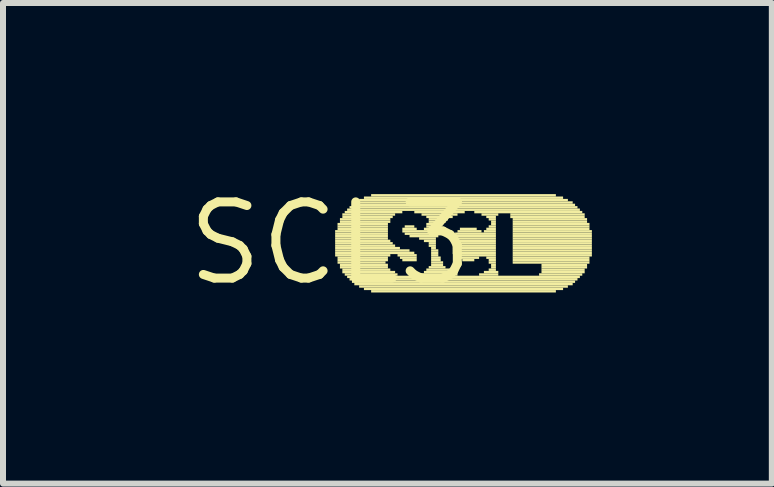
<source format=kicad_pcb>
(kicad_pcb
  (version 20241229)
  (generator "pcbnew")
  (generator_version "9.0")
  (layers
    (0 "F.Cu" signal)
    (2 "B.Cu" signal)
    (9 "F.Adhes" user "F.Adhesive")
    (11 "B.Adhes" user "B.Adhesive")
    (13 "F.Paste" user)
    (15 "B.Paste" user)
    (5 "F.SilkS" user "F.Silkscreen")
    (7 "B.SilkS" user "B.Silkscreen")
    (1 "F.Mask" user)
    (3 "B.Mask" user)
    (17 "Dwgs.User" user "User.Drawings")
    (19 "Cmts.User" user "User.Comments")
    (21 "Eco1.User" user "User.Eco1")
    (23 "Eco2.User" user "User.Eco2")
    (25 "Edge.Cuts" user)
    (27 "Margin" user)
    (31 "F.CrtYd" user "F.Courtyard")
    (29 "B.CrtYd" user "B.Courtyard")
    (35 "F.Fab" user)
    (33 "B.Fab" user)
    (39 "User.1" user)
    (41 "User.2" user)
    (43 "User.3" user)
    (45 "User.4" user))
  (footprint "SCL3"
    (layer "F.Cu")
    (at 2.457 1.006)
    (property "Reference" "SCL3" (at 0 0 0) (layer "F.SilkS") (effects (font (size 1.27 1.27) (thickness 0.15))))
    (fp_poly (pts (xy 0.08 -0.18) (xy 0.96 -0.18) (xy 0.96 -0.22) (xy 0.08 -0.22)) (stroke (width 0) (type default)) (fill yes) (layer "F.SilkS"))
    (fp_poly (pts (xy 0.08 -0.14) (xy 0.96 -0.14) (xy 0.96 -0.18) (xy 0.08 -0.18)) (stroke (width 0) (type default)) (fill yes) (layer "F.SilkS"))
    (fp_poly (pts (xy 0.08 -0.1) (xy 0.96 -0.1) (xy 0.96 -0.14) (xy 0.08 -0.14)) (stroke (width 0) (type default)) (fill yes) (layer "F.SilkS"))
    (fp_poly (pts (xy 0.08 -0.06) (xy 0.96 -0.06) (xy 0.96 -0.1) (xy 0.08 -0.1)) (stroke (width 0) (type default)) (fill yes) (layer "F.SilkS"))
    (fp_poly (pts (xy 0.08 -0.02) (xy 1 -0.02) (xy 1 -0.06) (xy 0.08 -0.06)) (stroke (width 0) (type default)) (fill yes) (layer "F.SilkS"))
    (fp_poly (pts (xy 0.08 0.02) (xy 1.04 0.02) (xy 1.04 -0.02) (xy 0.08 -0.02)) (stroke (width 0) (type default)) (fill yes) (layer "F.SilkS"))
    (fp_poly (pts (xy 0.08 0.06) (xy 1.08 0.06) (xy 1.08 0.02) (xy 0.08 0.02)) (stroke (width 0) (type default)) (fill yes) (layer "F.SilkS"))
    (fp_poly (pts (xy 0.08 0.1) (xy 1.16 0.1) (xy 1.16 0.06) (xy 0.08 0.06)) (stroke (width 0) (type default)) (fill yes) (layer "F.SilkS"))
    (fp_poly (pts (xy 0.08 0.14) (xy 1.32 0.14) (xy 1.32 0.1) (xy 0.08 0.1)) (stroke (width 0) (type default)) (fill yes) (layer "F.SilkS"))
    (fp_poly (pts (xy 0.08 0.18) (xy 1.4 0.18) (xy 1.4 0.14) (xy 0.08 0.14)) (stroke (width 0) (type default)) (fill yes) (layer "F.SilkS"))
    (fp_poly (pts (xy 0.08 0.22) (xy 1 0.22) (xy 1 0.18) (xy 0.08 0.18)) (stroke (width 0) (type default)) (fill yes) (layer "F.SilkS"))
    (fp_poly (pts (xy 0.12 -0.3) (xy 0.96 -0.3) (xy 0.96 -0.34) (xy 0.12 -0.34)) (stroke (width 0) (type default)) (fill yes) (layer "F.SilkS"))
    (fp_poly (pts (xy 0.12 -0.26) (xy 0.96 -0.26) (xy 0.96 -0.3) (xy 0.12 -0.3)) (stroke (width 0) (type default)) (fill yes) (layer "F.SilkS"))
    (fp_poly (pts (xy 0.12 -0.22) (xy 0.96 -0.22) (xy 0.96 -0.26) (xy 0.12 -0.26)) (stroke (width 0) (type default)) (fill yes) (layer "F.SilkS"))
    (fp_poly (pts (xy 0.12 0.26) (xy 0.96 0.26) (xy 0.96 0.22) (xy 0.12 0.22)) (stroke (width 0) (type default)) (fill yes) (layer "F.SilkS"))
    (fp_poly (pts (xy 0.12 0.3) (xy 0.96 0.3) (xy 0.96 0.26) (xy 0.12 0.26)) (stroke (width 0) (type default)) (fill yes) (layer "F.SilkS"))
    (fp_poly (pts (xy 0.12 0.34) (xy 0.92 0.34) (xy 0.92 0.3) (xy 0.12 0.3)) (stroke (width 0) (type default)) (fill yes) (layer "F.SilkS"))
    (fp_poly (pts (xy 0.16 -0.38) (xy 1 -0.38) (xy 1 -0.42) (xy 0.16 -0.42)) (stroke (width 0) (type default)) (fill yes) (layer "F.SilkS"))
    (fp_poly (pts (xy 0.16 -0.34) (xy 1 -0.34) (xy 1 -0.38) (xy 0.16 -0.38)) (stroke (width 0) (type default)) (fill yes) (layer "F.SilkS"))
    (fp_poly (pts (xy 0.16 0.38) (xy 0.96 0.38) (xy 0.96 0.34) (xy 0.16 0.34)) (stroke (width 0) (type default)) (fill yes) (layer "F.SilkS"))
    (fp_poly (pts (xy 0.16 0.42) (xy 0.96 0.42) (xy 0.96 0.38) (xy 0.16 0.38)) (stroke (width 0) (type default)) (fill yes) (layer "F.SilkS"))
    (fp_poly (pts (xy 0.2 -0.46) (xy 1.08 -0.46) (xy 1.08 -0.5) (xy 0.2 -0.5)) (stroke (width 0) (type default)) (fill yes) (layer "F.SilkS"))
    (fp_poly (pts (xy 0.2 -0.42) (xy 1.04 -0.42) (xy 1.04 -0.46) (xy 0.2 -0.46)) (stroke (width 0) (type default)) (fill yes) (layer "F.SilkS"))
    (fp_poly (pts (xy 0.2 0.46) (xy 1 0.46) (xy 1 0.42) (xy 0.2 0.42)) (stroke (width 0) (type default)) (fill yes) (layer "F.SilkS"))
    (fp_poly (pts (xy 0.2 0.5) (xy 1.08 0.5) (xy 1.08 0.46) (xy 0.2 0.46)) (stroke (width 0) (type default)) (fill yes) (layer "F.SilkS"))
    (fp_poly (pts (xy 0.24 -0.5) (xy 1.2 -0.5) (xy 1.2 -0.54) (xy 0.24 -0.54)) (stroke (width 0) (type default)) (fill yes) (layer "F.SilkS"))
    (fp_poly (pts (xy 0.24 0.54) (xy 1.12 0.54) (xy 1.12 0.5) (xy 0.24 0.5)) (stroke (width 0) (type default)) (fill yes) (layer "F.SilkS"))
    (fp_poly (pts (xy 0.28 -0.54) (xy 4.16 -0.54) (xy 4.16 -0.58) (xy 0.28 -0.58)) (stroke (width 0) (type default)) (fill yes) (layer "F.SilkS"))
    (fp_poly (pts (xy 0.28 0.58) (xy 4.16 0.58) (xy 4.16 0.54) (xy 0.28 0.54)) (stroke (width 0) (type default)) (fill yes) (layer "F.SilkS"))
    (fp_poly (pts (xy 0.32 -0.58) (xy 4.12 -0.58) (xy 4.12 -0.62) (xy 0.32 -0.62)) (stroke (width 0) (type default)) (fill yes) (layer "F.SilkS"))
    (fp_poly (pts (xy 0.32 0.62) (xy 4.12 0.62) (xy 4.12 0.58) (xy 0.32 0.58)) (stroke (width 0) (type default)) (fill yes) (layer "F.SilkS"))
    (fp_poly (pts (xy 0.36 -0.62) (xy 4.08 -0.62) (xy 4.08 -0.66) (xy 0.36 -0.66)) (stroke (width 0) (type default)) (fill yes) (layer "F.SilkS"))
    (fp_poly (pts (xy 0.36 0.66) (xy 4.08 0.66) (xy 4.08 0.62) (xy 0.36 0.62)) (stroke (width 0) (type default)) (fill yes) (layer "F.SilkS"))
    (fp_poly (pts (xy 0.4 -0.66) (xy 4.04 -0.66) (xy 4.04 -0.7) (xy 0.4 -0.7)) (stroke (width 0) (type default)) (fill yes) (layer "F.SilkS"))
    (fp_poly (pts (xy 0.4 0.7) (xy 4.04 0.7) (xy 4.04 0.66) (xy 0.4 0.66)) (stroke (width 0) (type default)) (fill yes) (layer "F.SilkS"))
    (fp_poly (pts (xy 0.48 -0.7) (xy 3.96 -0.7) (xy 3.96 -0.74) (xy 0.48 -0.74)) (stroke (width 0) (type default)) (fill yes) (layer "F.SilkS"))
    (fp_poly (pts (xy 0.48 0.74) (xy 3.96 0.74) (xy 3.96 0.7) (xy 0.48 0.7)) (stroke (width 0) (type default)) (fill yes) (layer "F.SilkS"))
    (fp_poly (pts (xy 0.56 -0.74) (xy 3.88 -0.74) (xy 3.88 -0.78) (xy 0.56 -0.78)) (stroke (width 0) (type default)) (fill yes) (layer "F.SilkS"))
    (fp_poly (pts (xy 0.56 0.78) (xy 3.88 0.78) (xy 3.88 0.74) (xy 0.56 0.74)) (stroke (width 0) (type default)) (fill yes) (layer "F.SilkS"))
    (fp_poly (pts (xy 0.68 -0.78) (xy 3.76 -0.78) (xy 3.76 -0.82) (xy 0.68 -0.82)) (stroke (width 0) (type default)) (fill yes) (layer "F.SilkS"))
    (fp_poly (pts (xy 0.68 0.82) (xy 3.76 0.82) (xy 3.76 0.78) (xy 0.68 0.78)) (stroke (width 0) (type default)) (fill yes) (layer "F.SilkS"))
    (fp_poly (pts (xy 1.12 0.22) (xy 1.44 0.22) (xy 1.44 0.18) (xy 1.12 0.18)) (stroke (width 0) (type default)) (fill yes) (layer "F.SilkS"))
    (fp_poly (pts (xy 1.16 0.26) (xy 1.44 0.26) (xy 1.44 0.22) (xy 1.16 0.22)) (stroke (width 0) (type default)) (fill yes) (layer "F.SilkS"))
    (fp_poly (pts (xy 1.2 -0.22) (xy 1.44 -0.22) (xy 1.44 -0.26) (xy 1.2 -0.26)) (stroke (width 0) (type default)) (fill yes) (layer "F.SilkS"))
    (fp_poly (pts (xy 1.2 -0.18) (xy 1.8 -0.18) (xy 1.8 -0.22) (xy 1.2 -0.22)) (stroke (width 0) (type default)) (fill yes) (layer "F.SilkS"))
    (fp_poly (pts (xy 1.2 0.3) (xy 1.44 0.3) (xy 1.44 0.26) (xy 1.2 0.26)) (stroke (width 0) (type default)) (fill yes) (layer "F.SilkS"))
    (fp_poly (pts (xy 1.24 -0.26) (xy 1.4 -0.26) (xy 1.4 -0.3) (xy 1.24 -0.3)) (stroke (width 0) (type default)) (fill yes) (layer "F.SilkS"))
    (fp_poly (pts (xy 1.24 -0.14) (xy 1.8 -0.14) (xy 1.8 -0.18) (xy 1.24 -0.18)) (stroke (width 0) (type default)) (fill yes) (layer "F.SilkS"))
    (fp_poly (pts (xy 1.32 -0.1) (xy 1.8 -0.1) (xy 1.8 -0.14) (xy 1.32 -0.14)) (stroke (width 0) (type default)) (fill yes) (layer "F.SilkS"))
    (fp_poly (pts (xy 1.4 -0.5) (xy 2.24 -0.5) (xy 2.24 -0.54) (xy 1.4 -0.54)) (stroke (width 0) (type default)) (fill yes) (layer "F.SilkS"))
    (fp_poly (pts (xy 1.48 -0.06) (xy 1.76 -0.06) (xy 1.76 -0.1) (xy 1.48 -0.1)) (stroke (width 0) (type default)) (fill yes) (layer "F.SilkS"))
    (fp_poly (pts (xy 1.48 0.54) (xy 2.12 0.54) (xy 2.12 0.5) (xy 1.48 0.5)) (stroke (width 0) (type default)) (fill yes) (layer "F.SilkS"))
    (fp_poly (pts (xy 1.52 -0.46) (xy 2.12 -0.46) (xy 2.12 -0.5) (xy 1.52 -0.5)) (stroke (width 0) (type default)) (fill yes) (layer "F.SilkS"))
    (fp_poly (pts (xy 1.56 -0.22) (xy 1.84 -0.22) (xy 1.84 -0.26) (xy 1.56 -0.26)) (stroke (width 0) (type default)) (fill yes) (layer "F.SilkS"))
    (fp_poly (pts (xy 1.56 -0.02) (xy 1.76 -0.02) (xy 1.76 -0.06) (xy 1.56 -0.06)) (stroke (width 0) (type default)) (fill yes) (layer "F.SilkS"))
    (fp_poly (pts (xy 1.56 0.5) (xy 2.04 0.5) (xy 2.04 0.46) (xy 1.56 0.46)) (stroke (width 0) (type default)) (fill yes) (layer "F.SilkS"))
    (fp_poly (pts (xy 1.6 -0.42) (xy 2.04 -0.42) (xy 2.04 -0.46) (xy 1.6 -0.46)) (stroke (width 0) (type default)) (fill yes) (layer "F.SilkS"))
    (fp_poly (pts (xy 1.6 -0.3) (xy 1.88 -0.3) (xy 1.88 -0.34) (xy 1.6 -0.34)) (stroke (width 0) (type default)) (fill yes) (layer "F.SilkS"))
    (fp_poly (pts (xy 1.6 -0.26) (xy 1.84 -0.26) (xy 1.84 -0.3) (xy 1.6 -0.3)) (stroke (width 0) (type default)) (fill yes) (layer "F.SilkS"))
    (fp_poly (pts (xy 1.6 0.46) (xy 2 0.46) (xy 2 0.42) (xy 1.6 0.42)) (stroke (width 0) (type default)) (fill yes) (layer "F.SilkS"))
    (fp_poly (pts (xy 1.64 -0.38) (xy 1.96 -0.38) (xy 1.96 -0.42) (xy 1.64 -0.42)) (stroke (width 0) (type default)) (fill yes) (layer "F.SilkS"))
    (fp_poly (pts (xy 1.64 -0.34) (xy 1.92 -0.34) (xy 1.92 -0.38) (xy 1.64 -0.38)) (stroke (width 0) (type default)) (fill yes) (layer "F.SilkS"))
    (fp_poly (pts (xy 1.64 0.02) (xy 1.76 0.02) (xy 1.76 -0.02) (xy 1.64 -0.02)) (stroke (width 0) (type default)) (fill yes) (layer "F.SilkS"))
    (fp_poly (pts (xy 1.64 0.06) (xy 1.76 0.06) (xy 1.76 0.02) (xy 1.64 0.02)) (stroke (width 0) (type default)) (fill yes) (layer "F.SilkS"))
    (fp_poly (pts (xy 1.64 0.42) (xy 1.92 0.42) (xy 1.92 0.38) (xy 1.64 0.38)) (stroke (width 0) (type default)) (fill yes) (layer "F.SilkS"))
    (fp_poly (pts (xy 1.68 0.1) (xy 1.76 0.1) (xy 1.76 0.06) (xy 1.68 0.06)) (stroke (width 0) (type default)) (fill yes) (layer "F.SilkS"))
    (fp_poly (pts (xy 1.68 0.14) (xy 1.8 0.14) (xy 1.8 0.1) (xy 1.68 0.1)) (stroke (width 0) (type default)) (fill yes) (layer "F.SilkS"))
    (fp_poly (pts (xy 1.68 0.18) (xy 1.8 0.18) (xy 1.8 0.14) (xy 1.68 0.14)) (stroke (width 0) (type default)) (fill yes) (layer "F.SilkS"))
    (fp_poly (pts (xy 1.68 0.22) (xy 1.8 0.22) (xy 1.8 0.18) (xy 1.68 0.18)) (stroke (width 0) (type default)) (fill yes) (layer "F.SilkS"))
    (fp_poly (pts (xy 1.68 0.26) (xy 1.84 0.26) (xy 1.84 0.22) (xy 1.68 0.22)) (stroke (width 0) (type default)) (fill yes) (layer "F.SilkS"))
    (fp_poly (pts (xy 1.68 0.3) (xy 1.84 0.3) (xy 1.84 0.26) (xy 1.68 0.26)) (stroke (width 0) (type default)) (fill yes) (layer "F.SilkS"))
    (fp_poly (pts (xy 1.68 0.34) (xy 1.88 0.34) (xy 1.88 0.3) (xy 1.68 0.3)) (stroke (width 0) (type default)) (fill yes) (layer "F.SilkS"))
    (fp_poly (pts (xy 1.68 0.38) (xy 1.88 0.38) (xy 1.88 0.34) (xy 1.68 0.34)) (stroke (width 0) (type default)) (fill yes) (layer "F.SilkS"))
    (fp_poly (pts (xy 2.04 -0.1) (xy 2.76 -0.1) (xy 2.76 -0.14) (xy 2.04 -0.14)) (stroke (width 0) (type default)) (fill yes) (layer "F.SilkS"))
    (fp_poly (pts (xy 2.04 -0.06) (xy 2.76 -0.06) (xy 2.76 -0.1) (xy 2.04 -0.1)) (stroke (width 0) (type default)) (fill yes) (layer "F.SilkS"))
    (fp_poly (pts (xy 2.04 -0.02) (xy 2.76 -0.02) (xy 2.76 -0.06) (xy 2.04 -0.06)) (stroke (width 0) (type default)) (fill yes) (layer "F.SilkS"))
    (fp_poly (pts (xy 2.04 0.02) (xy 2.76 0.02) (xy 2.76 -0.02) (xy 2.04 -0.02)) (stroke (width 0) (type default)) (fill yes) (layer "F.SilkS"))
    (fp_poly (pts (xy 2.04 0.06) (xy 2.76 0.06) (xy 2.76 0.02) (xy 2.04 0.02)) (stroke (width 0) (type default)) (fill yes) (layer "F.SilkS"))
    (fp_poly (pts (xy 2.04 0.1) (xy 2.76 0.1) (xy 2.76 0.06) (xy 2.04 0.06)) (stroke (width 0) (type default)) (fill yes) (layer "F.SilkS"))
    (fp_poly (pts (xy 2.04 0.14) (xy 2.76 0.14) (xy 2.76 0.1) (xy 2.04 0.1)) (stroke (width 0) (type default)) (fill yes) (layer "F.SilkS"))
    (fp_poly (pts (xy 2.04 0.18) (xy 2.76 0.18) (xy 2.76 0.14) (xy 2.04 0.14)) (stroke (width 0) (type default)) (fill yes) (layer "F.SilkS"))
    (fp_poly (pts (xy 2.08 -0.14) (xy 2.76 -0.14) (xy 2.76 -0.18) (xy 2.08 -0.18)) (stroke (width 0) (type default)) (fill yes) (layer "F.SilkS"))
    (fp_poly (pts (xy 2.08 0.22) (xy 2.76 0.22) (xy 2.76 0.18) (xy 2.08 0.18)) (stroke (width 0) (type default)) (fill yes) (layer "F.SilkS"))
    (fp_poly (pts (xy 2.12 -0.18) (xy 2.52 -0.18) (xy 2.52 -0.22) (xy 2.12 -0.22)) (stroke (width 0) (type default)) (fill yes) (layer "F.SilkS"))
    (fp_poly (pts (xy 2.12 0.26) (xy 2.48 0.26) (xy 2.48 0.22) (xy 2.12 0.22)) (stroke (width 0) (type default)) (fill yes) (layer "F.SilkS"))
    (fp_poly (pts (xy 2.16 -0.22) (xy 2.44 -0.22) (xy 2.44 -0.26) (xy 2.16 -0.26)) (stroke (width 0) (type default)) (fill yes) (layer "F.SilkS"))
    (fp_poly (pts (xy 2.2 0.3) (xy 2.4 0.3) (xy 2.4 0.26) (xy 2.2 0.26)) (stroke (width 0) (type default)) (fill yes) (layer "F.SilkS"))
    (fp_poly (pts (xy 2.4 -0.5) (xy 4.2 -0.5) (xy 4.2 -0.54) (xy 2.4 -0.54)) (stroke (width 0) (type default)) (fill yes) (layer "F.SilkS"))
    (fp_poly (pts (xy 2.48 0.54) (xy 2.8 0.54) (xy 2.8 0.5) (xy 2.48 0.5)) (stroke (width 0) (type default)) (fill yes) (layer "F.SilkS"))
    (fp_poly (pts (xy 2.52 -0.46) (xy 2.8 -0.46) (xy 2.8 -0.5) (xy 2.52 -0.5)) (stroke (width 0) (type default)) (fill yes) (layer "F.SilkS"))
    (fp_poly (pts (xy 2.56 -0.18) (xy 2.76 -0.18) (xy 2.76 -0.22) (xy 2.56 -0.22)) (stroke (width 0) (type default)) (fill yes) (layer "F.SilkS"))
    (fp_poly (pts (xy 2.56 0.5) (xy 2.8 0.5) (xy 2.8 0.46) (xy 2.56 0.46)) (stroke (width 0) (type default)) (fill yes) (layer "F.SilkS"))
    (fp_poly (pts (xy 2.6 -0.42) (xy 2.76 -0.42) (xy 2.76 -0.46) (xy 2.6 -0.46)) (stroke (width 0) (type default)) (fill yes) (layer "F.SilkS"))
    (fp_poly (pts (xy 2.6 -0.22) (xy 2.76 -0.22) (xy 2.76 -0.26) (xy 2.6 -0.26)) (stroke (width 0) (type default)) (fill yes) (layer "F.SilkS"))
    (fp_poly (pts (xy 2.6 0.26) (xy 2.76 0.26) (xy 2.76 0.22) (xy 2.6 0.22)) (stroke (width 0) (type default)) (fill yes) (layer "F.SilkS"))
    (fp_poly (pts (xy 2.64 -0.38) (xy 2.76 -0.38) (xy 2.76 -0.42) (xy 2.64 -0.42)) (stroke (width 0) (type default)) (fill yes) (layer "F.SilkS"))
    (fp_poly (pts (xy 2.64 -0.26) (xy 2.76 -0.26) (xy 2.76 -0.3) (xy 2.64 -0.3)) (stroke (width 0) (type default)) (fill yes) (layer "F.SilkS"))
    (fp_poly (pts (xy 2.64 0.3) (xy 2.76 0.3) (xy 2.76 0.26) (xy 2.64 0.26)) (stroke (width 0) (type default)) (fill yes) (layer "F.SilkS"))
    (fp_poly (pts (xy 2.64 0.34) (xy 2.76 0.34) (xy 2.76 0.3) (xy 2.64 0.3)) (stroke (width 0) (type default)) (fill yes) (layer "F.SilkS"))
    (fp_poly (pts (xy 2.64 0.46) (xy 2.76 0.46) (xy 2.76 0.42) (xy 2.64 0.42)) (stroke (width 0) (type default)) (fill yes) (layer "F.SilkS"))
    (fp_poly (pts (xy 2.68 -0.34) (xy 2.76 -0.34) (xy 2.76 -0.38) (xy 2.68 -0.38)) (stroke (width 0) (type default)) (fill yes) (layer "F.SilkS"))
    (fp_poly (pts (xy 2.68 -0.3) (xy 2.76 -0.3) (xy 2.76 -0.34) (xy 2.68 -0.34)) (stroke (width 0) (type default)) (fill yes) (layer "F.SilkS"))
    (fp_poly (pts (xy 2.68 0.38) (xy 2.76 0.38) (xy 2.76 0.34) (xy 2.68 0.34)) (stroke (width 0) (type default)) (fill yes) (layer "F.SilkS"))
    (fp_poly (pts (xy 2.68 0.42) (xy 2.76 0.42) (xy 2.76 0.38) (xy 2.68 0.38)) (stroke (width 0) (type default)) (fill yes) (layer "F.SilkS"))
    (fp_poly (pts (xy 3 -0.46) (xy 4.24 -0.46) (xy 4.24 -0.5) (xy 3 -0.5)) (stroke (width 0) (type default)) (fill yes) (layer "F.SilkS"))
    (fp_poly (pts (xy 3 -0.42) (xy 4.24 -0.42) (xy 4.24 -0.46) (xy 3 -0.46)) (stroke (width 0) (type default)) (fill yes) (layer "F.SilkS"))
    (fp_poly (pts (xy 3.04 -0.38) (xy 4.28 -0.38) (xy 4.28 -0.42) (xy 3.04 -0.42)) (stroke (width 0) (type default)) (fill yes) (layer "F.SilkS"))
    (fp_poly (pts (xy 3.04 -0.34) (xy 4.28 -0.34) (xy 4.28 -0.38) (xy 3.04 -0.38)) (stroke (width 0) (type default)) (fill yes) (layer "F.SilkS"))
    (fp_poly (pts (xy 3.04 -0.3) (xy 4.32 -0.3) (xy 4.32 -0.34) (xy 3.04 -0.34)) (stroke (width 0) (type default)) (fill yes) (layer "F.SilkS"))
    (fp_poly (pts (xy 3.04 -0.26) (xy 4.32 -0.26) (xy 4.32 -0.3) (xy 3.04 -0.3)) (stroke (width 0) (type default)) (fill yes) (layer "F.SilkS"))
    (fp_poly (pts (xy 3.04 -0.22) (xy 4.32 -0.22) (xy 4.32 -0.26) (xy 3.04 -0.26)) (stroke (width 0) (type default)) (fill yes) (layer "F.SilkS"))
    (fp_poly (pts (xy 3.04 -0.18) (xy 4.36 -0.18) (xy 4.36 -0.22) (xy 3.04 -0.22)) (stroke (width 0) (type default)) (fill yes) (layer "F.SilkS"))
    (fp_poly (pts (xy 3.04 -0.14) (xy 4.36 -0.14) (xy 4.36 -0.18) (xy 3.04 -0.18)) (stroke (width 0) (type default)) (fill yes) (layer "F.SilkS"))
    (fp_poly (pts (xy 3.04 -0.1) (xy 4.36 -0.1) (xy 4.36 -0.14) (xy 3.04 -0.14)) (stroke (width 0) (type default)) (fill yes) (layer "F.SilkS"))
    (fp_poly (pts (xy 3.04 -0.06) (xy 4.36 -0.06) (xy 4.36 -0.1) (xy 3.04 -0.1)) (stroke (width 0) (type default)) (fill yes) (layer "F.SilkS"))
    (fp_poly (pts (xy 3.04 -0.02) (xy 4.36 -0.02) (xy 4.36 -0.06) (xy 3.04 -0.06)) (stroke (width 0) (type default)) (fill yes) (layer "F.SilkS"))
    (fp_poly (pts (xy 3.04 0.02) (xy 4.36 0.02) (xy 4.36 -0.02) (xy 3.04 -0.02)) (stroke (width 0) (type default)) (fill yes) (layer "F.SilkS"))
    (fp_poly (pts (xy 3.04 0.06) (xy 4.36 0.06) (xy 4.36 0.02) (xy 3.04 0.02)) (stroke (width 0) (type default)) (fill yes) (layer "F.SilkS"))
    (fp_poly (pts (xy 3.04 0.1) (xy 4.36 0.1) (xy 4.36 0.06) (xy 3.04 0.06)) (stroke (width 0) (type default)) (fill yes) (layer "F.SilkS"))
    (fp_poly (pts (xy 3.04 0.14) (xy 4.36 0.14) (xy 4.36 0.1) (xy 3.04 0.1)) (stroke (width 0) (type default)) (fill yes) (layer "F.SilkS"))
    (fp_poly (pts (xy 3.04 0.18) (xy 4.36 0.18) (xy 4.36 0.14) (xy 3.04 0.14)) (stroke (width 0) (type default)) (fill yes) (layer "F.SilkS"))
    (fp_poly (pts (xy 3.04 0.22) (xy 4.36 0.22) (xy 4.36 0.18) (xy 3.04 0.18)) (stroke (width 0) (type default)) (fill yes) (layer "F.SilkS"))
    (fp_poly (pts (xy 3.04 0.26) (xy 4.32 0.26) (xy 4.32 0.22) (xy 3.04 0.22)) (stroke (width 0) (type default)) (fill yes) (layer "F.SilkS"))
    (fp_poly (pts (xy 3.04 0.3) (xy 4.32 0.3) (xy 4.32 0.26) (xy 3.04 0.26)) (stroke (width 0) (type default)) (fill yes) (layer "F.SilkS"))
    (fp_poly (pts (xy 3.04 0.34) (xy 4.32 0.34) (xy 4.32 0.3) (xy 3.04 0.3)) (stroke (width 0) (type default)) (fill yes) (layer "F.SilkS"))
    (fp_poly (pts (xy 3.48 0.54) (xy 4.2 0.54) (xy 4.2 0.5) (xy 3.48 0.5)) (stroke (width 0) (type default)) (fill yes) (layer "F.SilkS"))
    (fp_poly (pts (xy 3.52 0.38) (xy 4.28 0.38) (xy 4.28 0.34) (xy 3.52 0.34)) (stroke (width 0) (type default)) (fill yes) (layer "F.SilkS"))
    (fp_poly (pts (xy 3.52 0.42) (xy 4.28 0.42) (xy 4.28 0.38) (xy 3.52 0.38)) (stroke (width 0) (type default)) (fill yes) (layer "F.SilkS"))
    (fp_poly (pts (xy 3.52 0.46) (xy 4.24 0.46) (xy 4.24 0.42) (xy 3.52 0.42)) (stroke (width 0) (type default)) (fill yes) (layer "F.SilkS"))
    (fp_poly (pts (xy 3.52 0.5) (xy 4.24 0.5) (xy 4.24 0.46) (xy 3.52 0.46)) (stroke (width 0) (type default)) (fill yes) (layer "F.SilkS")))
  (gr_rect
    (start -3 -3)
    (end 9.817 5.012)
    (stroke (width 0.1) (type default))
    (fill no)
    (layer "Edge.Cuts")))
</source>
